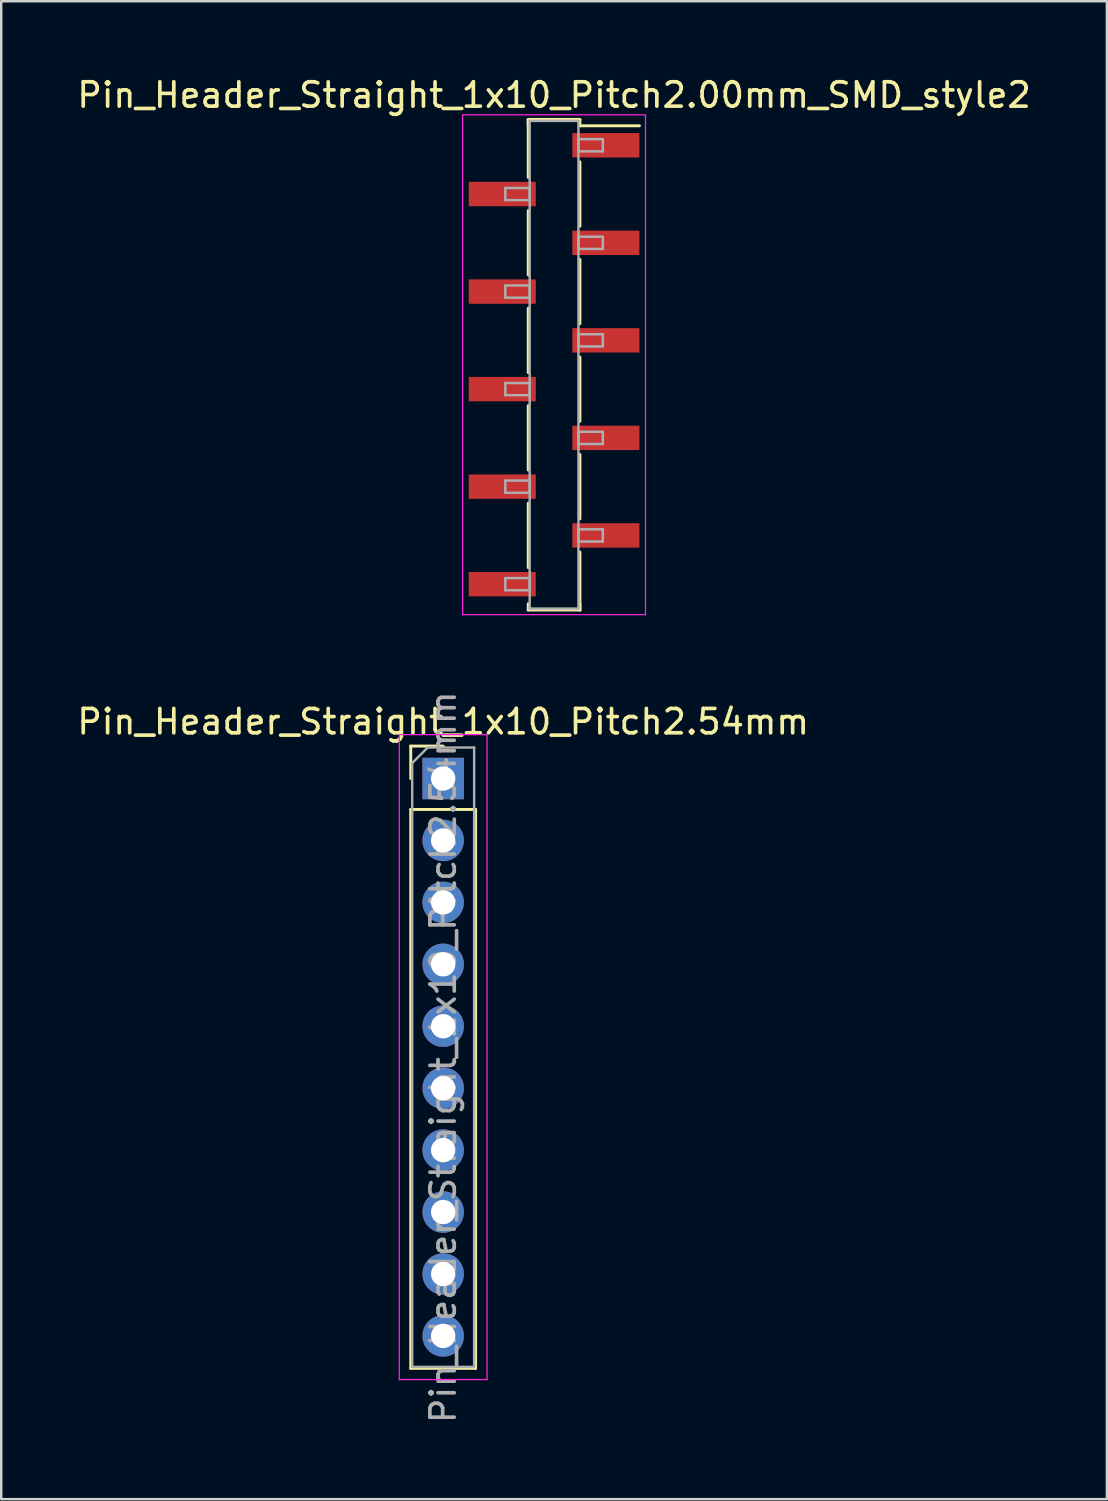
<source format=kicad_pcb>
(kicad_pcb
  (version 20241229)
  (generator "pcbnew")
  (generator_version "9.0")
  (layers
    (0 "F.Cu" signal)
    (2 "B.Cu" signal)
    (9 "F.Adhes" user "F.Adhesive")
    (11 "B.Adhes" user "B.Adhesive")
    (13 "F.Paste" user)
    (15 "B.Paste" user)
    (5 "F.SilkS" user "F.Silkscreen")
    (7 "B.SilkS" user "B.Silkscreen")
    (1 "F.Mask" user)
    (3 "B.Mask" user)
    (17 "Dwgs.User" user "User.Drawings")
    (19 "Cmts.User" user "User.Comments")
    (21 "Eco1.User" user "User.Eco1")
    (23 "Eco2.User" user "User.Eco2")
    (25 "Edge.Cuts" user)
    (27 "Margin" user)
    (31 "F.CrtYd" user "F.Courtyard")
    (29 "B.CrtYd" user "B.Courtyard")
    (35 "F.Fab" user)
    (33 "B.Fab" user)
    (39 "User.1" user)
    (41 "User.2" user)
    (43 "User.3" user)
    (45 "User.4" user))
  (footprint "Pin_Header_Straight_1x10_Pitch2.00mm_SMD_style2"
    (layer "F.Cu")
    (at 19.673 11.908)
    (property "Reference" "Pin_Header_Straight_1x10_Pitch2.00mm_SMD_style2" (at 0 -11.06 0) (layer "F.SilkS") (effects (font (size 1 1) (thickness 0.15))))
    (attr smd)
    (fp_line (start -1.06 -10.06) (end -1.06 -7.68) (stroke (width 0.12) (type solid)) (layer "F.SilkS"))
    (fp_line (start -1.06 -10.06) (end 1.06 -10.06) (stroke (width 0.12) (type solid)) (layer "F.SilkS"))
    (fp_line (start -1.06 -9.8) (end -1.06 -10.06) (stroke (width 0.12) (type solid)) (layer "F.SilkS"))
    (fp_line (start -1.06 -6.32) (end -1.06 -3.68) (stroke (width 0.12) (type solid)) (layer "F.SilkS"))
    (fp_line (start -1.06 -2.32) (end -1.06 0.32) (stroke (width 0.12) (type solid)) (layer "F.SilkS"))
    (fp_line (start -1.06 1.68) (end -1.06 4.32) (stroke (width 0.12) (type solid)) (layer "F.SilkS"))
    (fp_line (start -1.06 5.68) (end -1.06 8.32) (stroke (width 0.12) (type solid)) (layer "F.SilkS"))
    (fp_line (start -1.06 9.8) (end -1.06 10.06) (stroke (width 0.12) (type solid)) (layer "F.SilkS"))
    (fp_line (start -1.06 10.06) (end 1.06 10.06) (stroke (width 0.12) (type solid)) (layer "F.SilkS"))
    (fp_line (start 1.06 -10.06) (end 1.06 -9.8) (stroke (width 0.12) (type solid)) (layer "F.SilkS"))
    (fp_line (start 1.06 -9.8) (end 3.5 -9.8) (stroke (width 0.12) (type solid)) (layer "F.SilkS"))
    (fp_line (start 1.06 -8.32) (end 1.06 -5.68) (stroke (width 0.12) (type solid)) (layer "F.SilkS"))
    (fp_line (start 1.06 -4.32) (end 1.06 -1.68) (stroke (width 0.12) (type solid)) (layer "F.SilkS"))
    (fp_line (start 1.06 -0.32) (end 1.06 2.32) (stroke (width 0.12) (type solid)) (layer "F.SilkS"))
    (fp_line (start 1.06 3.68) (end 1.06 6.32) (stroke (width 0.12) (type solid)) (layer "F.SilkS"))
    (fp_line (start 1.06 7.68) (end 1.06 10.06) (stroke (width 0.12) (type solid)) (layer "F.SilkS"))
    (fp_line (start 1.06 10.06) (end 1.06 9.8) (stroke (width 0.12) (type solid)) (layer "F.SilkS"))
    (fp_line (start -3.75 -10.25) (end -3.75 10.25) (stroke (width 0.05) (type solid)) (layer "F.CrtYd"))
    (fp_line (start -3.75 10.25) (end 3.75 10.25) (stroke (width 0.05) (type solid)) (layer "F.CrtYd"))
    (fp_line (start 3.75 -10.25) (end -3.75 -10.25) (stroke (width 0.05) (type solid)) (layer "F.CrtYd"))
    (fp_line (start 3.75 10.25) (end 3.75 -10.25) (stroke (width 0.05) (type solid)) (layer "F.CrtYd"))
    (fp_line (start -2 -7.25) (end -1 -7.25) (stroke (width 0.1) (type solid)) (layer "F.Fab"))
    (fp_line (start -2 -6.75) (end -2 -7.25) (stroke (width 0.1) (type solid)) (layer "F.Fab"))
    (fp_line (start -2 -3.25) (end -1 -3.25) (stroke (width 0.1) (type solid)) (layer "F.Fab"))
    (fp_line (start -2 -2.75) (end -2 -3.25) (stroke (width 0.1) (type solid)) (layer "F.Fab"))
    (fp_line (start -2 0.75) (end -1 0.75) (stroke (width 0.1) (type solid)) (layer "F.Fab"))
    (fp_line (start -2 1.25) (end -2 0.75) (stroke (width 0.1) (type solid)) (layer "F.Fab"))
    (fp_line (start -2 4.75) (end -1 4.75) (stroke (width 0.1) (type solid)) (layer "F.Fab"))
    (fp_line (start -2 5.25) (end -2 4.75) (stroke (width 0.1) (type solid)) (layer "F.Fab"))
    (fp_line (start -2 8.75) (end -1 8.75) (stroke (width 0.1) (type solid)) (layer "F.Fab"))
    (fp_line (start -2 9.25) (end -2 8.75) (stroke (width 0.1) (type solid)) (layer "F.Fab"))
    (fp_line (start -1 -10) (end -1 10) (stroke (width 0.1) (type solid)) (layer "F.Fab"))
    (fp_line (start -1 -7.25) (end -1 -6.75) (stroke (width 0.1) (type solid)) (layer "F.Fab"))
    (fp_line (start -1 -6.75) (end -2 -6.75) (stroke (width 0.1) (type solid)) (layer "F.Fab"))
    (fp_line (start -1 -3.25) (end -1 -2.75) (stroke (width 0.1) (type solid)) (layer "F.Fab"))
    (fp_line (start -1 -2.75) (end -2 -2.75) (stroke (width 0.1) (type solid)) (layer "F.Fab"))
    (fp_line (start -1 0.75) (end -1 1.25) (stroke (width 0.1) (type solid)) (layer "F.Fab"))
    (fp_line (start -1 1.25) (end -2 1.25) (stroke (width 0.1) (type solid)) (layer "F.Fab"))
    (fp_line (start -1 4.75) (end -1 5.25) (stroke (width 0.1) (type solid)) (layer "F.Fab"))
    (fp_line (start -1 5.25) (end -2 5.25) (stroke (width 0.1) (type solid)) (layer "F.Fab"))
    (fp_line (start -1 8.75) (end -1 9.25) (stroke (width 0.1) (type solid)) (layer "F.Fab"))
    (fp_line (start -1 9.25) (end -2 9.25) (stroke (width 0.1) (type solid)) (layer "F.Fab"))
    (fp_line (start -1 10) (end 1 10) (stroke (width 0.1) (type solid)) (layer "F.Fab"))
    (fp_line (start 1 -10) (end -1 -10) (stroke (width 0.1) (type solid)) (layer "F.Fab"))
    (fp_line (start 1 -9.25) (end 1 -8.75) (stroke (width 0.1) (type solid)) (layer "F.Fab"))
    (fp_line (start 1 -8.75) (end 2 -8.75) (stroke (width 0.1) (type solid)) (layer "F.Fab"))
    (fp_line (start 1 -5.25) (end 1 -4.75) (stroke (width 0.1) (type solid)) (layer "F.Fab"))
    (fp_line (start 1 -4.75) (end 2 -4.75) (stroke (width 0.1) (type solid)) (layer "F.Fab"))
    (fp_line (start 1 -1.25) (end 1 -0.75) (stroke (width 0.1) (type solid)) (layer "F.Fab"))
    (fp_line (start 1 -0.75) (end 2 -0.75) (stroke (width 0.1) (type solid)) (layer "F.Fab"))
    (fp_line (start 1 2.75) (end 1 3.25) (stroke (width 0.1) (type solid)) (layer "F.Fab"))
    (fp_line (start 1 3.25) (end 2 3.25) (stroke (width 0.1) (type solid)) (layer "F.Fab"))
    (fp_line (start 1 6.75) (end 1 7.25) (stroke (width 0.1) (type solid)) (layer "F.Fab"))
    (fp_line (start 1 7.25) (end 2 7.25) (stroke (width 0.1) (type solid)) (layer "F.Fab"))
    (fp_line (start 1 10) (end 1 -10) (stroke (width 0.1) (type solid)) (layer "F.Fab"))
    (fp_line (start 2 -9.25) (end 1 -9.25) (stroke (width 0.1) (type solid)) (layer "F.Fab"))
    (fp_line (start 2 -8.75) (end 2 -9.25) (stroke (width 0.1) (type solid)) (layer "F.Fab"))
    (fp_line (start 2 -5.25) (end 1 -5.25) (stroke (width 0.1) (type solid)) (layer "F.Fab"))
    (fp_line (start 2 -4.75) (end 2 -5.25) (stroke (width 0.1) (type solid)) (layer "F.Fab"))
    (fp_line (start 2 -1.25) (end 1 -1.25) (stroke (width 0.1) (type solid)) (layer "F.Fab"))
    (fp_line (start 2 -0.75) (end 2 -1.25) (stroke (width 0.1) (type solid)) (layer "F.Fab"))
    (fp_line (start 2 2.75) (end 1 2.75) (stroke (width 0.1) (type solid)) (layer "F.Fab"))
    (fp_line (start 2 3.25) (end 2 2.75) (stroke (width 0.1) (type solid)) (layer "F.Fab"))
    (fp_line (start 2 6.75) (end 1 6.75) (stroke (width 0.1) (type solid)) (layer "F.Fab"))
    (fp_line (start 2 7.25) (end 2 6.75) (stroke (width 0.1) (type solid)) (layer "F.Fab"))
    (pad "1" smd rect (at 2.125 -9) (size 2.75 1) (layers "F.Cu" "F.Mask"))
    (pad "2" smd rect (at -2.125 -7) (size 2.75 1) (layers "F.Cu" "F.Mask"))
    (pad "3" smd rect (at 2.125 -5) (size 2.75 1) (layers "F.Cu" "F.Mask"))
    (pad "4" smd rect (at -2.125 -3) (size 2.75 1) (layers "F.Cu" "F.Mask"))
    (pad "5" smd rect (at 2.125 -1) (size 2.75 1) (layers "F.Cu" "F.Mask"))
    (pad "6" smd rect (at -2.125 1) (size 2.75 1) (layers "F.Cu" "F.Mask"))
    (pad "7" smd rect (at 2.125 3) (size 2.75 1) (layers "F.Cu" "F.Mask"))
    (pad "8" smd rect (at -2.125 5) (size 2.75 1) (layers "F.Cu" "F.Mask"))
    (pad "9" smd rect (at 2.125 7) (size 2.75 1) (layers "F.Cu" "F.Mask"))
    (pad "10" smd rect (at -2.125 9) (size 2.75 1) (layers "F.Cu" "F.Mask")))
  (footprint "Pin_Header_Straight_1x10_Pitch2.54mm"
    (layer "F.Cu")
    (at 15.125 28.878)
    (property "Reference" "Pin_Header_Straight_1x10_Pitch2.54mm" (at 0 -2.33 0) (layer "F.SilkS") (effects (font (size 1 1) (thickness 0.15))))
    (attr through_hole)
    (fp_line (start -1.33 -1.33) (end 0 -1.33) (stroke (width 0.12) (type solid)) (layer "F.SilkS"))
    (fp_line (start -1.33 0) (end -1.33 -1.33) (stroke (width 0.12) (type solid)) (layer "F.SilkS"))
    (fp_line (start -1.33 1.27) (end -1.33 24.19) (stroke (width 0.12) (type solid)) (layer "F.SilkS"))
    (fp_line (start -1.33 1.27) (end 1.33 1.27) (stroke (width 0.12) (type solid)) (layer "F.SilkS"))
    (fp_line (start -1.33 24.19) (end 1.33 24.19) (stroke (width 0.12) (type solid)) (layer "F.SilkS"))
    (fp_line (start 1.33 1.27) (end 1.33 24.19) (stroke (width 0.12) (type solid)) (layer "F.SilkS"))
    (fp_line (start -1.8 -1.8) (end -1.8 24.65) (stroke (width 0.05) (type solid)) (layer "F.CrtYd"))
    (fp_line (start -1.8 24.65) (end 1.8 24.65) (stroke (width 0.05) (type solid)) (layer "F.CrtYd"))
    (fp_line (start 1.8 -1.8) (end -1.8 -1.8) (stroke (width 0.05) (type solid)) (layer "F.CrtYd"))
    (fp_line (start 1.8 24.65) (end 1.8 -1.8) (stroke (width 0.05) (type solid)) (layer "F.CrtYd"))
    (fp_line (start -1.27 -0.635) (end -0.635 -1.27) (stroke (width 0.1) (type solid)) (layer "F.Fab"))
    (fp_line (start -1.27 24.13) (end -1.27 -0.635) (stroke (width 0.1) (type solid)) (layer "F.Fab"))
    (fp_line (start -0.635 -1.27) (end 1.27 -1.27) (stroke (width 0.1) (type solid)) (layer "F.Fab"))
    (fp_line (start 1.27 -1.27) (end 1.27 24.13) (stroke (width 0.1) (type solid)) (layer "F.Fab"))
    (fp_line (start 1.27 24.13) (end -1.27 24.13) (stroke (width 0.1) (type solid)) (layer "F.Fab"))
    (fp_text user "${REFERENCE}" (at 0 11.43 90) (layer "F.Fab") (effects (font (size 1 1) (thickness 0.15))))
    (pad "1" thru_hole rect (at 0 0) (size 1.7 1.7) (drill 1) (layers "*.Cu" "*.Mask"))
    (pad "2" thru_hole oval (at 0 2.54) (size 1.7 1.7) (drill 1) (layers "*.Cu" "*.Mask"))
    (pad "3" thru_hole oval (at 0 5.08) (size 1.7 1.7) (drill 1) (layers "*.Cu" "*.Mask"))
    (pad "4" thru_hole oval (at 0 7.62) (size 1.7 1.7) (drill 1) (layers "*.Cu" "*.Mask"))
    (pad "5" thru_hole oval (at 0 10.16) (size 1.7 1.7) (drill 1) (layers "*.Cu" "*.Mask"))
    (pad "6" thru_hole oval (at 0 12.7) (size 1.7 1.7) (drill 1) (layers "*.Cu" "*.Mask"))
    (pad "7" thru_hole oval (at 0 15.24) (size 1.7 1.7) (drill 1) (layers "*.Cu" "*.Mask"))
    (pad "8" thru_hole oval (at 0 17.78) (size 1.7 1.7) (drill 1) (layers "*.Cu" "*.Mask"))
    (pad "9" thru_hole oval (at 0 20.32) (size 1.7 1.7) (drill 1) (layers "*.Cu" "*.Mask"))
    (pad "10" thru_hole oval (at 0 22.86) (size 1.7 1.7) (drill 1) (layers "*.Cu" "*.Mask")))
  (gr_rect
    (start -3 -3)
    (end 42.345 58.433)
    (stroke (width 0.1) (type default))
    (fill no)
    (layer "Edge.Cuts")))
</source>
